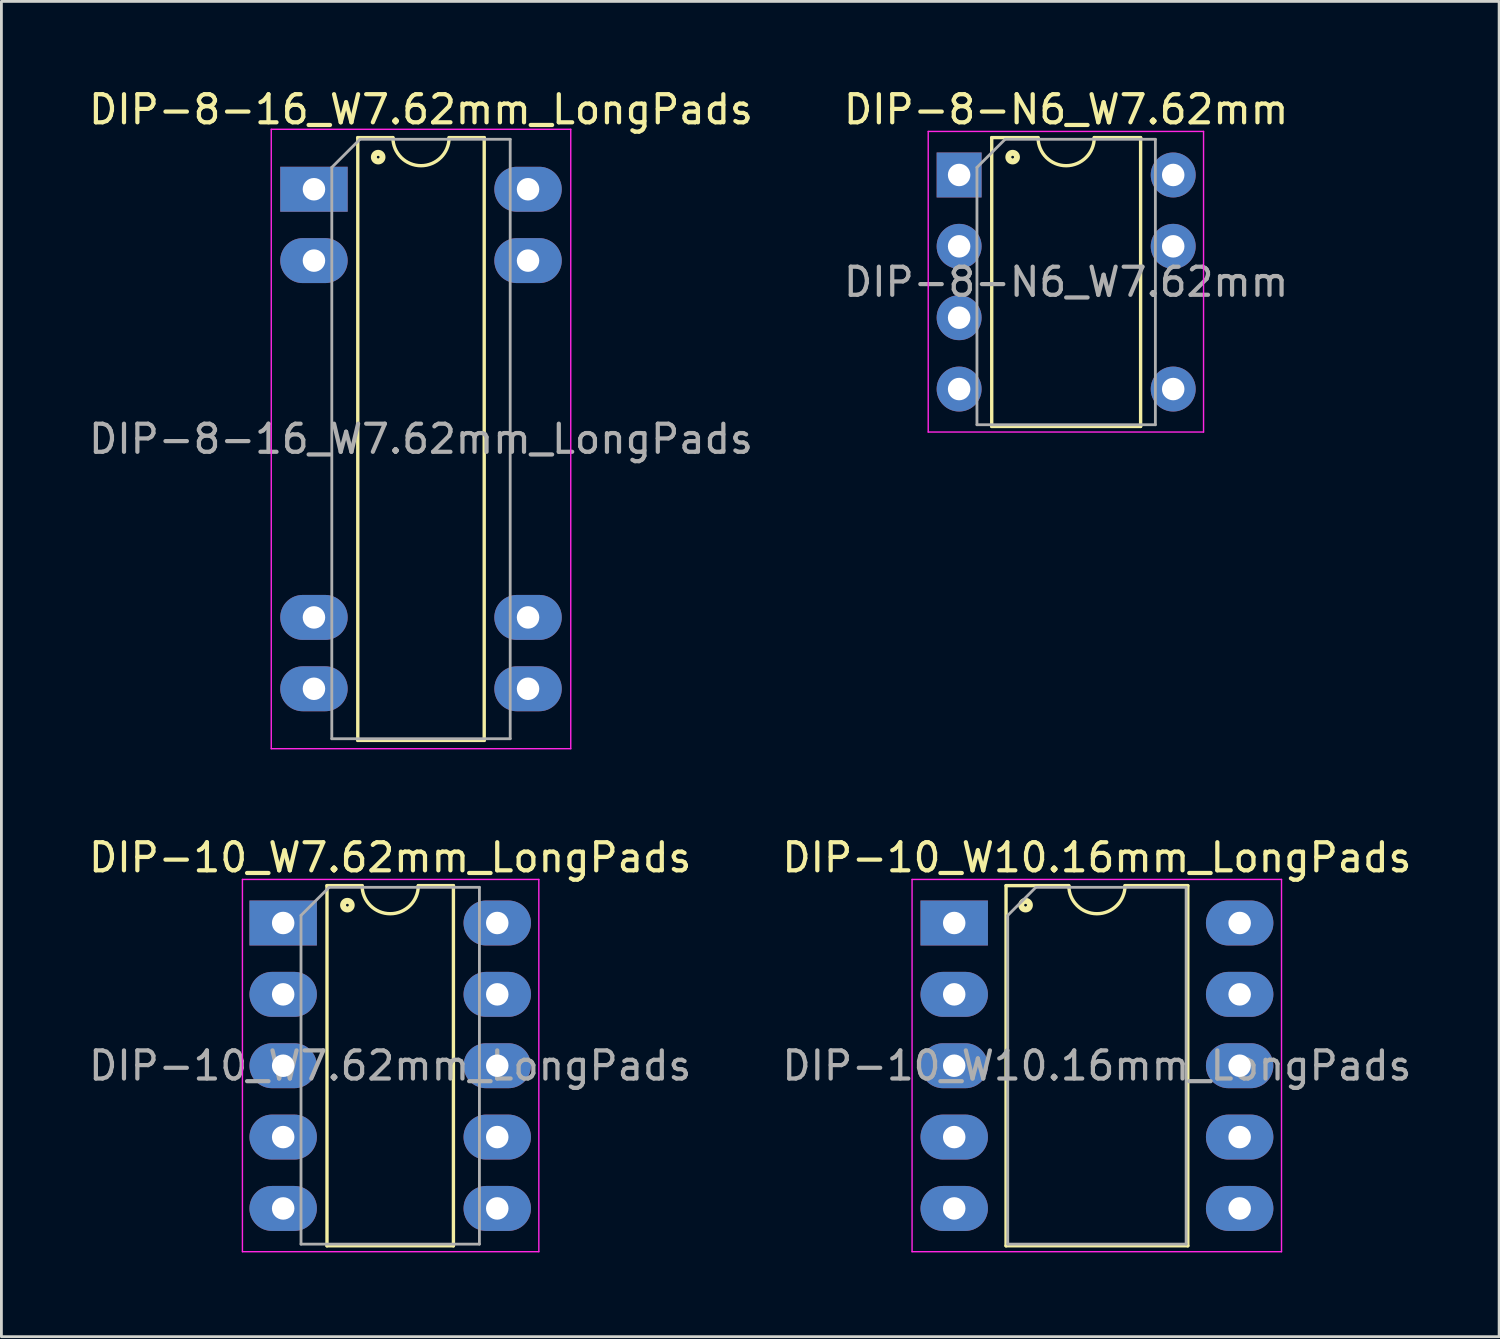
<source format=kicad_pcb>
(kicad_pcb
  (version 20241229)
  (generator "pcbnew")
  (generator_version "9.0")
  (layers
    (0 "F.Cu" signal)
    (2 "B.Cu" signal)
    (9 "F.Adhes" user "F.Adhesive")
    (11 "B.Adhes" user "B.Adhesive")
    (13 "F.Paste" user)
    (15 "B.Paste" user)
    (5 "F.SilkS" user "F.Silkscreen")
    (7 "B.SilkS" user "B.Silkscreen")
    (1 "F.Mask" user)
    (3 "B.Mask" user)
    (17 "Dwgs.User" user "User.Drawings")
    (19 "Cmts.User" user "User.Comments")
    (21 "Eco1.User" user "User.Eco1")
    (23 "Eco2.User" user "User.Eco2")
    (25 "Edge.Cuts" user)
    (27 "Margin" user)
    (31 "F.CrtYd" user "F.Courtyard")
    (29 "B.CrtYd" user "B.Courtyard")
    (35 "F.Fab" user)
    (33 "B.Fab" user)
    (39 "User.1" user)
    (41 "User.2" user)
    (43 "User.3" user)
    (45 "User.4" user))
  (footprint "DIP-10_W10.16mm_LongPads"
    (layer "F.Cu")
    (at 30.914 29.803)
    (property "Reference" "DIP-10_W10.16mm_LongPads" (at 5.08 -2.33 0) (layer "F.SilkS") (effects (font (size 1 1) (thickness 0.15))))
    (attr through_hole)
    (fp_line (start 1.845 -1.33) (end 1.845 11.49) (stroke (width 0.12) (type solid)) (layer "F.SilkS"))
    (fp_line (start 1.845 11.49) (end 8.315 11.49) (stroke (width 0.12) (type solid)) (layer "F.SilkS"))
    (fp_line (start 4.08 -1.33) (end 1.845 -1.33) (stroke (width 0.12) (type solid)) (layer "F.SilkS"))
    (fp_line (start 8.315 -1.33) (end 6.08 -1.33) (stroke (width 0.12) (type solid)) (layer "F.SilkS"))
    (fp_line (start 8.315 11.49) (end 8.315 -1.33) (stroke (width 0.12) (type solid)) (layer "F.SilkS"))
    (fp_arc (start 6.08 -1.33) (mid 5.08 -0.33) (end 4.08 -1.33) (stroke (width 0.12) (type solid)) (layer "F.SilkS"))
    (fp_circle (center 2.54 -0.635) (end 2.59 -0.635) (stroke (width 0.12) (type solid)) (fill no) (layer "F.SilkS"))
    (fp_circle (center 2.54 -0.635) (end 2.665 -0.635) (stroke (width 0.12) (type solid)) (fill no) (layer "F.SilkS"))
    (fp_circle (center 2.54 -0.635) (end 2.74 -0.635) (stroke (width 0.12) (type solid)) (fill no) (layer "F.SilkS"))
    (fp_line (start -1.5 -1.55) (end -1.5 11.7) (stroke (width 0.05) (type solid)) (layer "F.CrtYd"))
    (fp_line (start -1.5 11.7) (end 11.65 11.7) (stroke (width 0.05) (type solid)) (layer "F.CrtYd"))
    (fp_line (start 11.65 -1.55) (end -1.5 -1.55) (stroke (width 0.05) (type solid)) (layer "F.CrtYd"))
    (fp_line (start 11.65 11.7) (end 11.65 -1.55) (stroke (width 0.05) (type solid)) (layer "F.CrtYd"))
    (fp_line (start 1.905 -0.27) (end 2.905 -1.27) (stroke (width 0.1) (type solid)) (layer "F.Fab"))
    (fp_line (start 1.905 11.43) (end 1.905 -0.27) (stroke (width 0.1) (type solid)) (layer "F.Fab"))
    (fp_line (start 2.905 -1.27) (end 8.255 -1.27) (stroke (width 0.1) (type solid)) (layer "F.Fab"))
    (fp_line (start 8.255 -1.27) (end 8.255 11.43) (stroke (width 0.1) (type solid)) (layer "F.Fab"))
    (fp_line (start 8.255 11.43) (end 1.905 11.43) (stroke (width 0.1) (type solid)) (layer "F.Fab"))
    (fp_text user "${REFERENCE}" (at 5.08 5.08 0) (layer "F.Fab") (effects (font (size 1 1) (thickness 0.15))))
    (pad "1" thru_hole rect (at 0 0) (size 2.4 1.6) (drill 0.8) (layers "*.Cu" "*.Mask"))
    (pad "2" thru_hole oval (at 0 2.54) (size 2.4 1.6) (drill 0.8) (layers "*.Cu" "*.Mask"))
    (pad "3" thru_hole oval (at 0 5.08) (size 2.4 1.6) (drill 0.8) (layers "*.Cu" "*.Mask"))
    (pad "4" thru_hole oval (at 0 7.62) (size 2.4 1.6) (drill 0.8) (layers "*.Cu" "*.Mask"))
    (pad "5" thru_hole oval (at 0 10.16) (size 2.4 1.6) (drill 0.8) (layers "*.Cu" "*.Mask"))
    (pad "6" thru_hole oval (at 10.16 10.16) (size 2.4 1.6) (drill 0.8) (layers "*.Cu" "*.Mask"))
    (pad "7" thru_hole oval (at 10.16 7.62) (size 2.4 1.6) (drill 0.8) (layers "*.Cu" "*.Mask"))
    (pad "8" thru_hole oval (at 10.16 5.08) (size 2.4 1.6) (drill 0.8) (layers "*.Cu" "*.Mask"))
    (pad "9" thru_hole oval (at 10.16 2.54) (size 2.4 1.6) (drill 0.8) (layers "*.Cu" "*.Mask"))
    (pad "10" thru_hole oval (at 10.16 0) (size 2.4 1.6) (drill 0.8) (layers "*.Cu" "*.Mask")))
  (footprint "DIP-8-N6_W7.62mm"
    (layer "F.Cu")
    (at 31.089 3.178)
    (property "Reference" "DIP-8-N6_W7.62mm" (at 3.81 -2.33 0) (layer "F.SilkS") (effects (font (size 1 1) (thickness 0.15))))
    (attr through_hole)
    (fp_line (start 1.16 -1.33) (end 1.16 8.95) (stroke (width 0.12) (type solid)) (layer "F.SilkS"))
    (fp_line (start 1.16 8.95) (end 6.46 8.95) (stroke (width 0.12) (type solid)) (layer "F.SilkS"))
    (fp_line (start 2.81 -1.33) (end 1.16 -1.33) (stroke (width 0.12) (type solid)) (layer "F.SilkS"))
    (fp_line (start 6.46 -1.33) (end 4.81 -1.33) (stroke (width 0.12) (type solid)) (layer "F.SilkS"))
    (fp_line (start 6.46 8.95) (end 6.46 -1.33) (stroke (width 0.12) (type solid)) (layer "F.SilkS"))
    (fp_arc (start 4.81 -1.33) (mid 3.81 -0.33) (end 2.81 -1.33) (stroke (width 0.12) (type solid)) (layer "F.SilkS"))
    (fp_circle (center 1.905 -0.635) (end 1.955 -0.635) (stroke (width 0.12) (type solid)) (fill no) (layer "F.SilkS"))
    (fp_circle (center 1.905 -0.635) (end 2.03 -0.635) (stroke (width 0.12) (type solid)) (fill no) (layer "F.SilkS"))
    (fp_circle (center 1.905 -0.635) (end 2.105 -0.635) (stroke (width 0.12) (type solid)) (fill no) (layer "F.SilkS"))
    (fp_line (start -1.1 -1.55) (end -1.1 9.15) (stroke (width 0.05) (type solid)) (layer "F.CrtYd"))
    (fp_line (start -1.1 9.15) (end 8.7 9.15) (stroke (width 0.05) (type solid)) (layer "F.CrtYd"))
    (fp_line (start 8.7 -1.55) (end -1.1 -1.55) (stroke (width 0.05) (type solid)) (layer "F.CrtYd"))
    (fp_line (start 8.7 9.15) (end 8.7 -1.55) (stroke (width 0.05) (type solid)) (layer "F.CrtYd"))
    (fp_line (start 0.635 -0.27) (end 1.635 -1.27) (stroke (width 0.1) (type solid)) (layer "F.Fab"))
    (fp_line (start 0.635 8.89) (end 0.635 -0.27) (stroke (width 0.1) (type solid)) (layer "F.Fab"))
    (fp_line (start 1.635 -1.27) (end 6.985 -1.27) (stroke (width 0.1) (type solid)) (layer "F.Fab"))
    (fp_line (start 6.985 -1.27) (end 6.985 8.89) (stroke (width 0.1) (type solid)) (layer "F.Fab"))
    (fp_line (start 6.985 8.89) (end 0.635 8.89) (stroke (width 0.1) (type solid)) (layer "F.Fab"))
    (fp_text user "${REFERENCE}" (at 3.81 3.81 0) (layer "F.Fab") (effects (font (size 1 1) (thickness 0.15))))
    (pad "1" thru_hole rect (at 0 0) (size 1.6 1.6) (drill 0.8) (layers "*.Cu" "*.Mask"))
    (pad "2" thru_hole oval (at 0 2.54) (size 1.6 1.6) (drill 0.8) (layers "*.Cu" "*.Mask"))
    (pad "3" thru_hole oval (at 0 5.08) (size 1.6 1.6) (drill 0.8) (layers "*.Cu" "*.Mask"))
    (pad "4" thru_hole oval (at 0 7.62) (size 1.6 1.6) (drill 0.8) (layers "*.Cu" "*.Mask"))
    (pad "5" thru_hole oval (at 7.62 7.62) (size 1.6 1.6) (drill 0.8) (layers "*.Cu" "*.Mask"))
    (pad "7" thru_hole oval (at 7.62 2.54) (size 1.6 1.6) (drill 0.8) (layers "*.Cu" "*.Mask"))
    (pad "8" thru_hole oval (at 7.62 0) (size 1.6 1.6) (drill 0.8) (layers "*.Cu" "*.Mask")))
  (footprint "DIP-10_W7.62mm_LongPads"
    (layer "F.Cu")
    (at 7.029 29.803)
    (property "Reference" "DIP-10_W7.62mm_LongPads" (at 3.81 -2.33 0) (layer "F.SilkS") (effects (font (size 1 1) (thickness 0.15))))
    (attr through_hole)
    (fp_line (start 1.56 -1.33) (end 1.56 11.49) (stroke (width 0.12) (type solid)) (layer "F.SilkS"))
    (fp_line (start 1.56 11.49) (end 6.06 11.49) (stroke (width 0.12) (type solid)) (layer "F.SilkS"))
    (fp_line (start 2.81 -1.33) (end 1.56 -1.33) (stroke (width 0.12) (type solid)) (layer "F.SilkS"))
    (fp_line (start 6.06 -1.33) (end 4.81 -1.33) (stroke (width 0.12) (type solid)) (layer "F.SilkS"))
    (fp_line (start 6.06 11.49) (end 6.06 -1.33) (stroke (width 0.12) (type solid)) (layer "F.SilkS"))
    (fp_arc (start 4.81 -1.33) (mid 3.81 -0.33) (end 2.81 -1.33) (stroke (width 0.12) (type solid)) (layer "F.SilkS"))
    (fp_circle (center 2.286 -0.635) (end 2.336 -0.635) (stroke (width 0.12) (type solid)) (fill no) (layer "F.SilkS"))
    (fp_circle (center 2.286 -0.635) (end 2.411 -0.635) (stroke (width 0.12) (type solid)) (fill no) (layer "F.SilkS"))
    (fp_circle (center 2.286 -0.635) (end 2.486 -0.635) (stroke (width 0.12) (type solid)) (fill no) (layer "F.SilkS"))
    (fp_line (start -1.45 -1.55) (end -1.45 11.7) (stroke (width 0.05) (type solid)) (layer "F.CrtYd"))
    (fp_line (start -1.45 11.7) (end 9.1 11.7) (stroke (width 0.05) (type solid)) (layer "F.CrtYd"))
    (fp_line (start 9.1 -1.55) (end -1.45 -1.55) (stroke (width 0.05) (type solid)) (layer "F.CrtYd"))
    (fp_line (start 9.1 11.7) (end 9.1 -1.55) (stroke (width 0.05) (type solid)) (layer "F.CrtYd"))
    (fp_line (start 0.635 -0.27) (end 1.635 -1.27) (stroke (width 0.1) (type solid)) (layer "F.Fab"))
    (fp_line (start 0.635 11.43) (end 0.635 -0.27) (stroke (width 0.1) (type solid)) (layer "F.Fab"))
    (fp_line (start 1.635 -1.27) (end 6.985 -1.27) (stroke (width 0.1) (type solid)) (layer "F.Fab"))
    (fp_line (start 6.985 -1.27) (end 6.985 11.43) (stroke (width 0.1) (type solid)) (layer "F.Fab"))
    (fp_line (start 6.985 11.43) (end 0.635 11.43) (stroke (width 0.1) (type solid)) (layer "F.Fab"))
    (fp_text user "${REFERENCE}" (at 3.81 5.08 0) (layer "F.Fab") (effects (font (size 1 1) (thickness 0.15))))
    (pad "1" thru_hole rect (at 0 0) (size 2.4 1.6) (drill 0.8) (layers "*.Cu" "*.Mask"))
    (pad "2" thru_hole oval (at 0 2.54) (size 2.4 1.6) (drill 0.8) (layers "*.Cu" "*.Mask"))
    (pad "3" thru_hole oval (at 0 5.08) (size 2.4 1.6) (drill 0.8) (layers "*.Cu" "*.Mask"))
    (pad "4" thru_hole oval (at 0 7.62) (size 2.4 1.6) (drill 0.8) (layers "*.Cu" "*.Mask"))
    (pad "5" thru_hole oval (at 0 10.16) (size 2.4 1.6) (drill 0.8) (layers "*.Cu" "*.Mask"))
    (pad "6" thru_hole oval (at 7.62 10.16) (size 2.4 1.6) (drill 0.8) (layers "*.Cu" "*.Mask"))
    (pad "7" thru_hole oval (at 7.62 7.62) (size 2.4 1.6) (drill 0.8) (layers "*.Cu" "*.Mask"))
    (pad "8" thru_hole oval (at 7.62 5.08) (size 2.4 1.6) (drill 0.8) (layers "*.Cu" "*.Mask"))
    (pad "9" thru_hole oval (at 7.62 2.54) (size 2.4 1.6) (drill 0.8) (layers "*.Cu" "*.Mask"))
    (pad "10" thru_hole oval (at 7.62 0) (size 2.4 1.6) (drill 0.8) (layers "*.Cu" "*.Mask")))
  (footprint "DIP-8-16_W7.62mm_LongPads"
    (layer "F.Cu")
    (at 8.125 3.686)
    (property "Reference" "DIP-8-16_W7.62mm_LongPads" (at 3.81 -2.838 0) (layer "F.SilkS") (effects (font (size 1 1) (thickness 0.15))))
    (attr through_hole)
    (fp_line (start 1.56 -1.838) (end 1.56 19.618) (stroke (width 0.12) (type solid)) (layer "F.SilkS"))
    (fp_line (start 1.56 19.618) (end 6.06 19.618) (stroke (width 0.12) (type solid)) (layer "F.SilkS"))
    (fp_line (start 2.81 -1.838) (end 1.56 -1.838) (stroke (width 0.12) (type solid)) (layer "F.SilkS"))
    (fp_line (start 6.06 -1.838) (end 4.81 -1.838) (stroke (width 0.12) (type solid)) (layer "F.SilkS"))
    (fp_line (start 6.06 19.618) (end 6.06 -1.838) (stroke (width 0.12) (type solid)) (layer "F.SilkS"))
    (fp_arc (start 4.81 -1.838) (mid 3.81 -0.838) (end 2.81 -1.838) (stroke (width 0.12) (type solid)) (layer "F.SilkS"))
    (fp_circle (center 2.286 -1.143) (end 2.336 -1.143) (stroke (width 0.12) (type solid)) (fill no) (layer "F.SilkS"))
    (fp_circle (center 2.286 -1.143) (end 2.411 -1.143) (stroke (width 0.12) (type solid)) (fill no) (layer "F.SilkS"))
    (fp_circle (center 2.286 -1.143) (end 2.486 -1.143) (stroke (width 0.12) (type solid)) (fill no) (layer "F.SilkS"))
    (fp_line (start -1.52 -2.134) (end -1.52 19.914) (stroke (width 0.05) (type solid)) (layer "F.CrtYd"))
    (fp_line (start -1.52 19.914) (end 9.14 19.914) (stroke (width 0.05) (type solid)) (layer "F.CrtYd"))
    (fp_line (start 9.14 -2.134) (end -1.52 -2.134) (stroke (width 0.05) (type solid)) (layer "F.CrtYd"))
    (fp_line (start 9.14 19.914) (end 9.14 -2.134) (stroke (width 0.05) (type solid)) (layer "F.CrtYd"))
    (fp_line (start 0.635 -0.778) (end 1.635 -1.778) (stroke (width 0.1) (type solid)) (layer "F.Fab"))
    (fp_line (start 0.635 19.558) (end 0.635 -0.778) (stroke (width 0.1) (type solid)) (layer "F.Fab"))
    (fp_line (start 1.635 -1.778) (end 6.985 -1.778) (stroke (width 0.1) (type solid)) (layer "F.Fab"))
    (fp_line (start 6.985 -1.778) (end 6.985 19.558) (stroke (width 0.1) (type solid)) (layer "F.Fab"))
    (fp_line (start 6.985 19.558) (end 0.635 19.558) (stroke (width 0.1) (type solid)) (layer "F.Fab"))
    (fp_text user "${REFERENCE}" (at 3.81 8.89 0) (layer "F.Fab") (effects (font (size 1 1) (thickness 0.15))))
    (pad "1" thru_hole rect (at 0 0) (size 2.4 1.6) (drill 0.8) (layers "*.Cu" "*.Mask"))
    (pad "2" thru_hole oval (at 0 2.54) (size 2.4 1.6) (drill 0.8) (layers "*.Cu" "*.Mask"))
    (pad "3" thru_hole oval (at 0 15.24) (size 2.4 1.6) (drill 0.8) (layers "*.Cu" "*.Mask"))
    (pad "4" thru_hole oval (at 0 17.78) (size 2.4 1.6) (drill 0.8) (layers "*.Cu" "*.Mask"))
    (pad "5" thru_hole oval (at 7.62 17.78) (size 2.4 1.6) (drill 0.8) (layers "*.Cu" "*.Mask"))
    (pad "6" thru_hole oval (at 7.62 15.24) (size 2.4 1.6) (drill 0.8) (layers "*.Cu" "*.Mask"))
    (pad "7" thru_hole oval (at 7.62 2.54) (size 2.4 1.6) (drill 0.8) (layers "*.Cu" "*.Mask"))
    (pad "8" thru_hole oval (at 7.62 0) (size 2.4 1.6) (drill 0.8) (layers "*.Cu" "*.Mask")))
  (gr_rect
    (start -3 -3)
    (end 50.31 44.528)
    (stroke (width 0.1) (type default))
    (fill no)
    (layer "Edge.Cuts")))
</source>
